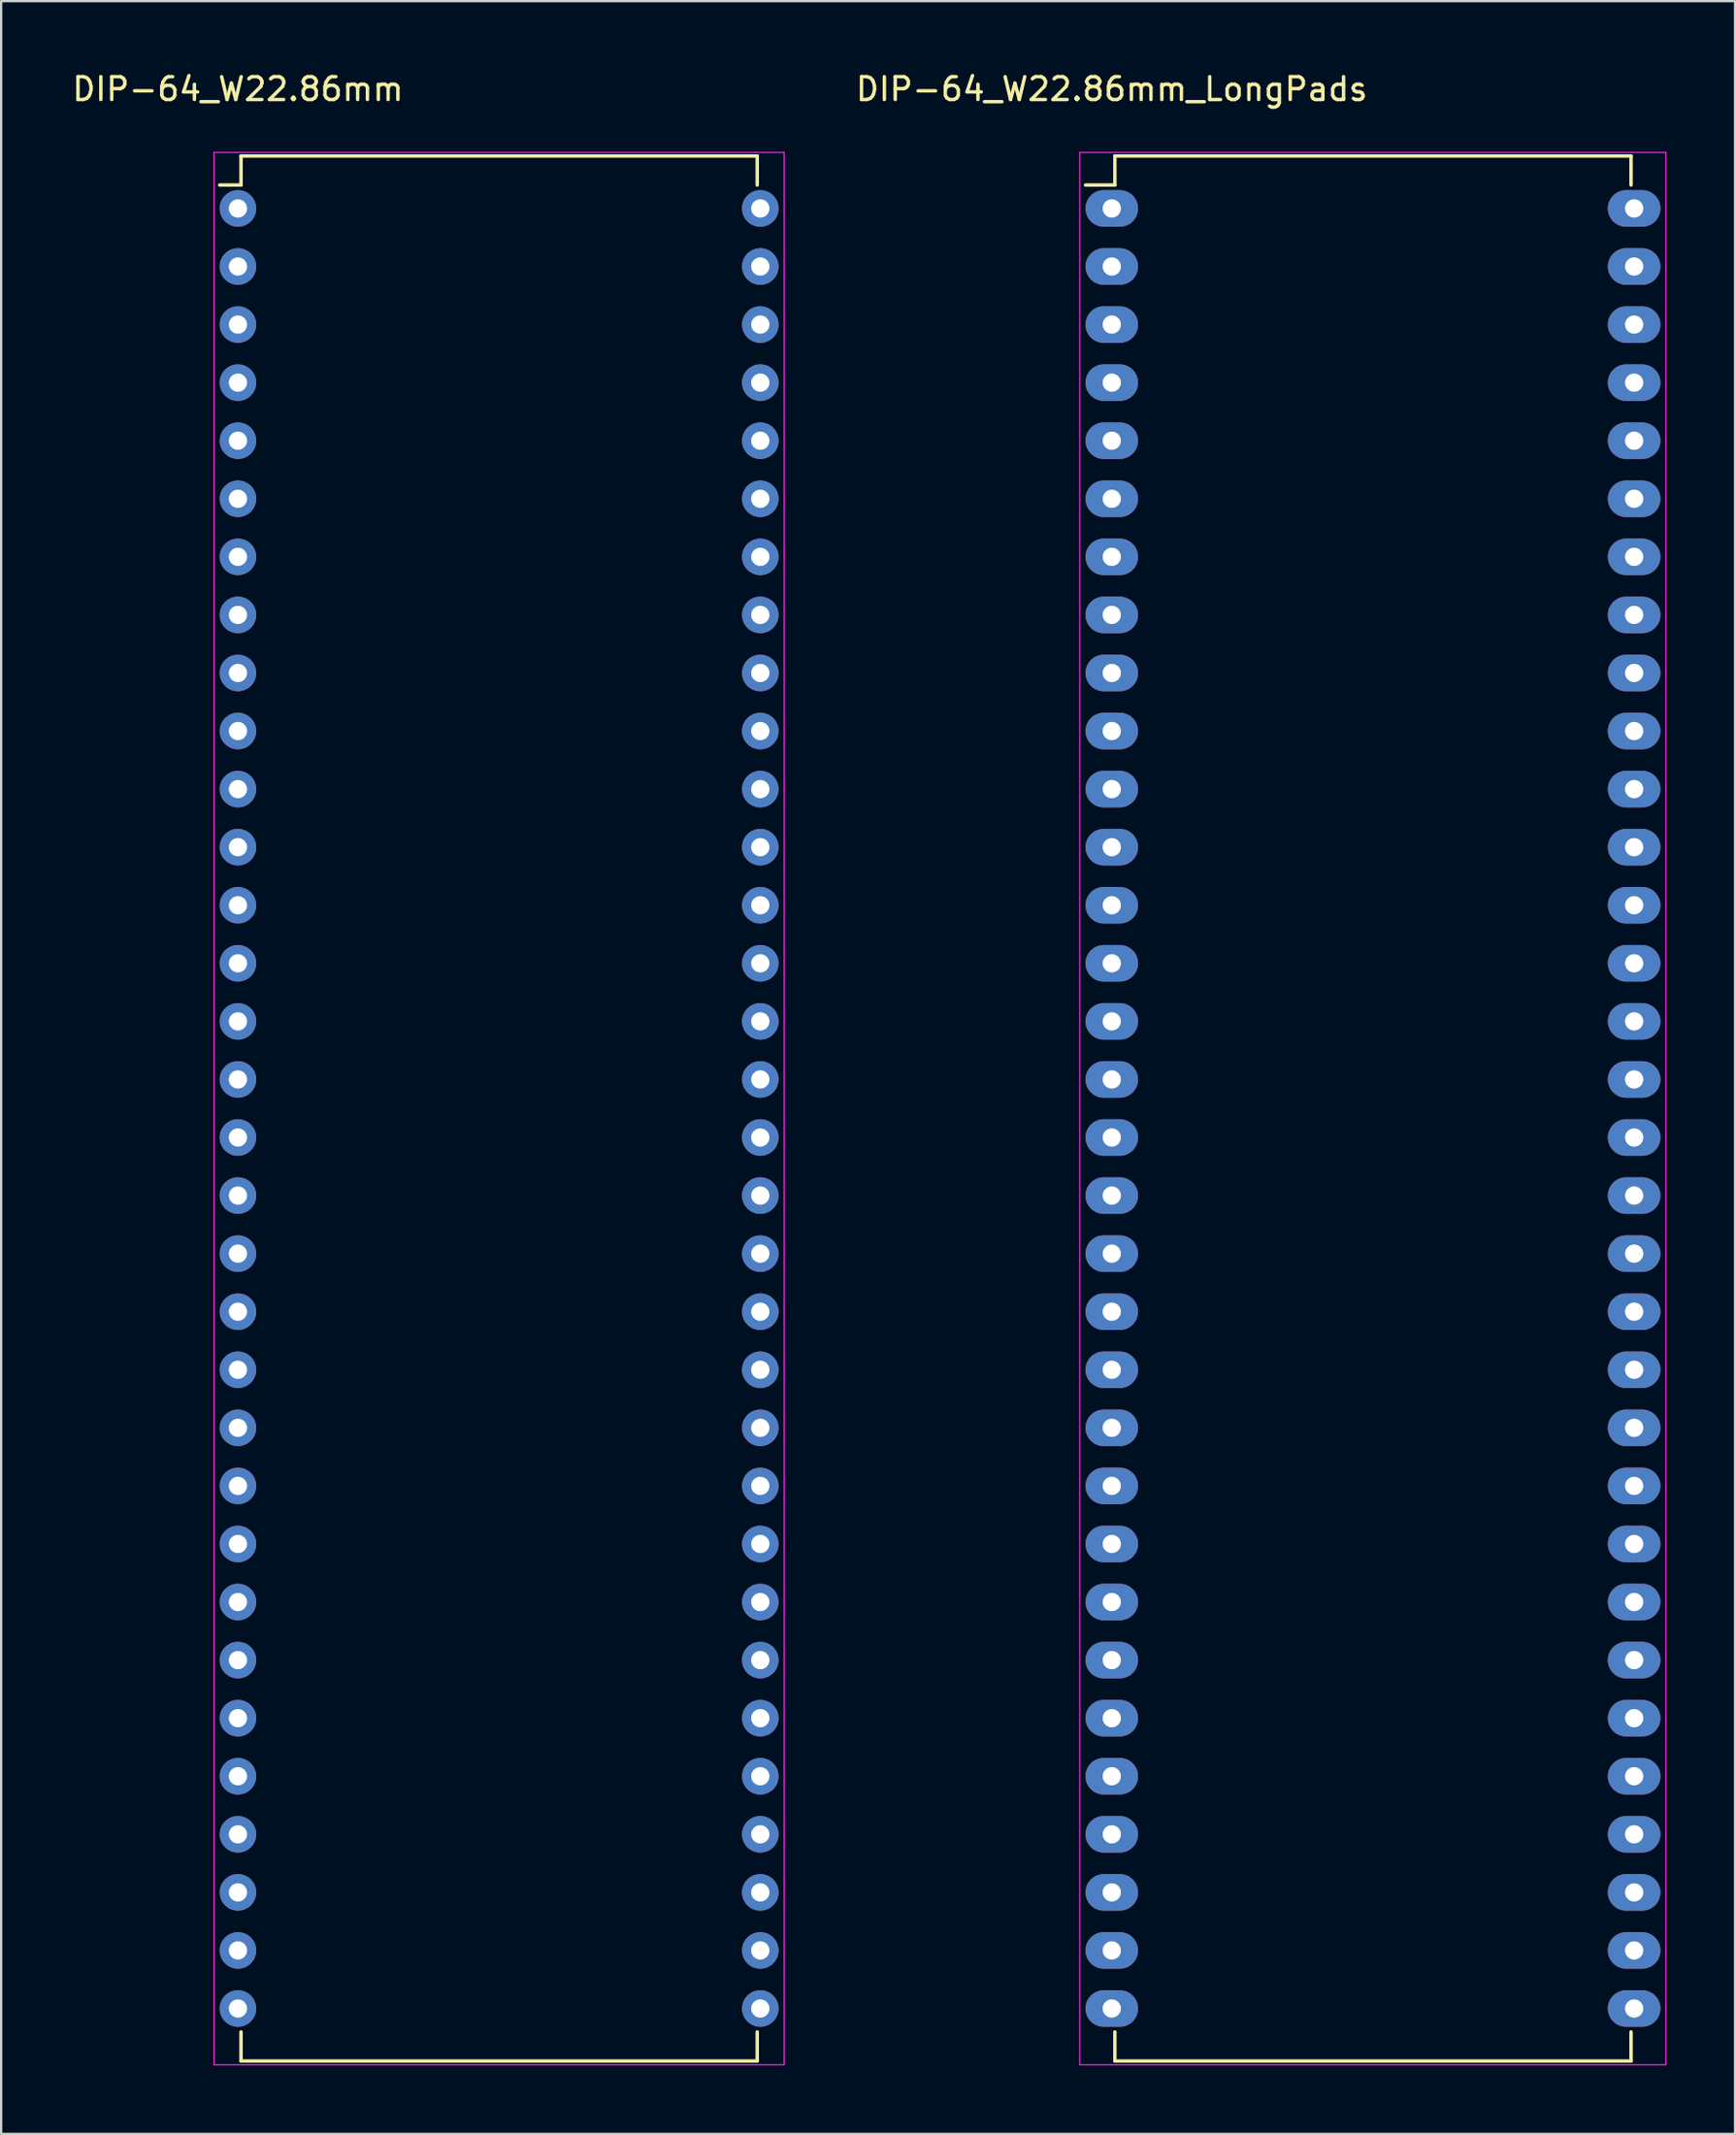
<source format=kicad_pcb>
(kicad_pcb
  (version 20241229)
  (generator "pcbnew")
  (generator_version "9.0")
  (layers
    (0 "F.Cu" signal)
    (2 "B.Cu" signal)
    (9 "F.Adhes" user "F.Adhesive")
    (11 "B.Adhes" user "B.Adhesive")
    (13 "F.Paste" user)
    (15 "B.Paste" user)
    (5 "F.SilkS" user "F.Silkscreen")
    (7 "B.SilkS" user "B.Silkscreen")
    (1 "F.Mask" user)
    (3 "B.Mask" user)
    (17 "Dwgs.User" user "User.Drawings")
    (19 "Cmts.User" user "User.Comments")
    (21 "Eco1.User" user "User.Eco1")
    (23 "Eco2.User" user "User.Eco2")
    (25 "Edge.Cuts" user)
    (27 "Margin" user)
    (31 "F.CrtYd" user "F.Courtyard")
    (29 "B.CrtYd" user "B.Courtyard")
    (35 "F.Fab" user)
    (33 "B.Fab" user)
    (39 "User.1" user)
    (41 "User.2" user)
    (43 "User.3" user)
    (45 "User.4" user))
  (footprint "DIP-64_W22.86mm"
    (layer "F.Cu")
    (at 7.363 6.068)
    (property "Reference" "DIP-64_W22.86mm" (at 0 -5.22 0) (layer "F.SilkS") (effects (font (size 1 1) (thickness 0.15))))
    (attr through_hole)
    (fp_line (start 0.135 -2.295) (end 0.135 -1.025) (stroke (width 0.15) (type solid)) (layer "F.SilkS"))
    (fp_line (start 0.135 -2.295) (end 22.725 -2.295) (stroke (width 0.15) (type solid)) (layer "F.SilkS"))
    (fp_line (start 0.135 -1.025) (end -0.8 -1.025) (stroke (width 0.15) (type solid)) (layer "F.SilkS"))
    (fp_line (start 0.135 81.035) (end 0.135 79.765) (stroke (width 0.15) (type solid)) (layer "F.SilkS"))
    (fp_line (start 0.135 81.035) (end 22.725 81.035) (stroke (width 0.15) (type solid)) (layer "F.SilkS"))
    (fp_line (start 22.725 -2.295) (end 22.725 -1.025) (stroke (width 0.15) (type solid)) (layer "F.SilkS"))
    (fp_line (start 22.725 81.035) (end 22.725 79.765) (stroke (width 0.15) (type solid)) (layer "F.SilkS"))
    (fp_line (start -1.05 -2.45) (end -1.05 81.2) (stroke (width 0.05) (type solid)) (layer "F.CrtYd"))
    (fp_line (start -1.05 -2.45) (end 23.9 -2.45) (stroke (width 0.05) (type solid)) (layer "F.CrtYd"))
    (fp_line (start -1.05 81.2) (end 23.9 81.2) (stroke (width 0.05) (type solid)) (layer "F.CrtYd"))
    (fp_line (start 23.9 -2.45) (end 23.9 81.2) (stroke (width 0.05) (type solid)) (layer "F.CrtYd"))
    (pad "1" thru_hole oval (at 0 0) (size 1.6 1.6) (drill 0.8) (layers "*.Cu" "*.Mask"))
    (pad "2" thru_hole oval (at 0 2.54) (size 1.6 1.6) (drill 0.8) (layers "*.Cu" "*.Mask"))
    (pad "3" thru_hole oval (at 0 5.08) (size 1.6 1.6) (drill 0.8) (layers "*.Cu" "*.Mask"))
    (pad "4" thru_hole oval (at 0 7.62) (size 1.6 1.6) (drill 0.8) (layers "*.Cu" "*.Mask"))
    (pad "5" thru_hole oval (at 0 10.16) (size 1.6 1.6) (drill 0.8) (layers "*.Cu" "*.Mask"))
    (pad "6" thru_hole oval (at 0 12.7) (size 1.6 1.6) (drill 0.8) (layers "*.Cu" "*.Mask"))
    (pad "7" thru_hole oval (at 0 15.24) (size 1.6 1.6) (drill 0.8) (layers "*.Cu" "*.Mask"))
    (pad "8" thru_hole oval (at 0 17.78) (size 1.6 1.6) (drill 0.8) (layers "*.Cu" "*.Mask"))
    (pad "9" thru_hole oval (at 0 20.32) (size 1.6 1.6) (drill 0.8) (layers "*.Cu" "*.Mask"))
    (pad "10" thru_hole oval (at 0 22.86) (size 1.6 1.6) (drill 0.8) (layers "*.Cu" "*.Mask"))
    (pad "11" thru_hole oval (at 0 25.4) (size 1.6 1.6) (drill 0.8) (layers "*.Cu" "*.Mask"))
    (pad "12" thru_hole oval (at 0 27.94) (size 1.6 1.6) (drill 0.8) (layers "*.Cu" "*.Mask"))
    (pad "13" thru_hole oval (at 0 30.48) (size 1.6 1.6) (drill 0.8) (layers "*.Cu" "*.Mask"))
    (pad "14" thru_hole oval (at 0 33.02) (size 1.6 1.6) (drill 0.8) (layers "*.Cu" "*.Mask"))
    (pad "15" thru_hole oval (at 0 35.56) (size 1.6 1.6) (drill 0.8) (layers "*.Cu" "*.Mask"))
    (pad "16" thru_hole oval (at 0 38.1) (size 1.6 1.6) (drill 0.8) (layers "*.Cu" "*.Mask"))
    (pad "17" thru_hole oval (at 0 40.64) (size 1.6 1.6) (drill 0.8) (layers "*.Cu" "*.Mask"))
    (pad "18" thru_hole oval (at 0 43.18) (size 1.6 1.6) (drill 0.8) (layers "*.Cu" "*.Mask"))
    (pad "19" thru_hole oval (at 0 45.72) (size 1.6 1.6) (drill 0.8) (layers "*.Cu" "*.Mask"))
    (pad "20" thru_hole oval (at 0 48.26) (size 1.6 1.6) (drill 0.8) (layers "*.Cu" "*.Mask"))
    (pad "21" thru_hole oval (at 0 50.8) (size 1.6 1.6) (drill 0.8) (layers "*.Cu" "*.Mask"))
    (pad "22" thru_hole oval (at 0 53.34) (size 1.6 1.6) (drill 0.8) (layers "*.Cu" "*.Mask"))
    (pad "23" thru_hole oval (at 0 55.88) (size 1.6 1.6) (drill 0.8) (layers "*.Cu" "*.Mask"))
    (pad "24" thru_hole oval (at 0 58.42) (size 1.6 1.6) (drill 0.8) (layers "*.Cu" "*.Mask"))
    (pad "25" thru_hole oval (at 0 60.96) (size 1.6 1.6) (drill 0.8) (layers "*.Cu" "*.Mask"))
    (pad "26" thru_hole oval (at 0 63.5) (size 1.6 1.6) (drill 0.8) (layers "*.Cu" "*.Mask"))
    (pad "27" thru_hole oval (at 0 66.04) (size 1.6 1.6) (drill 0.8) (layers "*.Cu" "*.Mask"))
    (pad "28" thru_hole oval (at 0 68.58) (size 1.6 1.6) (drill 0.8) (layers "*.Cu" "*.Mask"))
    (pad "29" thru_hole oval (at 0 71.12) (size 1.6 1.6) (drill 0.8) (layers "*.Cu" "*.Mask"))
    (pad "30" thru_hole oval (at 0 73.66) (size 1.6 1.6) (drill 0.8) (layers "*.Cu" "*.Mask"))
    (pad "31" thru_hole oval (at 0 76.2) (size 1.6 1.6) (drill 0.8) (layers "*.Cu" "*.Mask"))
    (pad "32" thru_hole oval (at 0 78.74) (size 1.6 1.6) (drill 0.8) (layers "*.Cu" "*.Mask"))
    (pad "33" thru_hole oval (at 22.86 78.74) (size 1.6 1.6) (drill 0.8) (layers "*.Cu" "*.Mask"))
    (pad "34" thru_hole oval (at 22.86 76.2) (size 1.6 1.6) (drill 0.8) (layers "*.Cu" "*.Mask"))
    (pad "35" thru_hole oval (at 22.86 73.66) (size 1.6 1.6) (drill 0.8) (layers "*.Cu" "*.Mask"))
    (pad "36" thru_hole oval (at 22.86 71.12) (size 1.6 1.6) (drill 0.8) (layers "*.Cu" "*.Mask"))
    (pad "37" thru_hole oval (at 22.86 68.58) (size 1.6 1.6) (drill 0.8) (layers "*.Cu" "*.Mask"))
    (pad "38" thru_hole oval (at 22.86 66.04) (size 1.6 1.6) (drill 0.8) (layers "*.Cu" "*.Mask"))
    (pad "39" thru_hole oval (at 22.86 63.5) (size 1.6 1.6) (drill 0.8) (layers "*.Cu" "*.Mask"))
    (pad "40" thru_hole oval (at 22.86 60.96) (size 1.6 1.6) (drill 0.8) (layers "*.Cu" "*.Mask"))
    (pad "41" thru_hole oval (at 22.86 58.42) (size 1.6 1.6) (drill 0.8) (layers "*.Cu" "*.Mask"))
    (pad "42" thru_hole oval (at 22.86 55.88) (size 1.6 1.6) (drill 0.8) (layers "*.Cu" "*.Mask"))
    (pad "43" thru_hole oval (at 22.86 53.34) (size 1.6 1.6) (drill 0.8) (layers "*.Cu" "*.Mask"))
    (pad "44" thru_hole oval (at 22.86 50.8) (size 1.6 1.6) (drill 0.8) (layers "*.Cu" "*.Mask"))
    (pad "45" thru_hole oval (at 22.86 48.26) (size 1.6 1.6) (drill 0.8) (layers "*.Cu" "*.Mask"))
    (pad "46" thru_hole oval (at 22.86 45.72) (size 1.6 1.6) (drill 0.8) (layers "*.Cu" "*.Mask"))
    (pad "47" thru_hole oval (at 22.86 43.18) (size 1.6 1.6) (drill 0.8) (layers "*.Cu" "*.Mask"))
    (pad "48" thru_hole oval (at 22.86 40.64) (size 1.6 1.6) (drill 0.8) (layers "*.Cu" "*.Mask"))
    (pad "49" thru_hole oval (at 22.86 38.1) (size 1.6 1.6) (drill 0.8) (layers "*.Cu" "*.Mask"))
    (pad "50" thru_hole oval (at 22.86 35.56) (size 1.6 1.6) (drill 0.8) (layers "*.Cu" "*.Mask"))
    (pad "51" thru_hole oval (at 22.86 33.02) (size 1.6 1.6) (drill 0.8) (layers "*.Cu" "*.Mask"))
    (pad "52" thru_hole oval (at 22.86 30.48) (size 1.6 1.6) (drill 0.8) (layers "*.Cu" "*.Mask"))
    (pad "53" thru_hole oval (at 22.86 27.94) (size 1.6 1.6) (drill 0.8) (layers "*.Cu" "*.Mask"))
    (pad "54" thru_hole oval (at 22.86 25.4) (size 1.6 1.6) (drill 0.8) (layers "*.Cu" "*.Mask"))
    (pad "55" thru_hole oval (at 22.86 22.86) (size 1.6 1.6) (drill 0.8) (layers "*.Cu" "*.Mask"))
    (pad "56" thru_hole oval (at 22.86 20.32) (size 1.6 1.6) (drill 0.8) (layers "*.Cu" "*.Mask"))
    (pad "57" thru_hole oval (at 22.86 17.78) (size 1.6 1.6) (drill 0.8) (layers "*.Cu" "*.Mask"))
    (pad "58" thru_hole oval (at 22.86 15.24) (size 1.6 1.6) (drill 0.8) (layers "*.Cu" "*.Mask"))
    (pad "59" thru_hole oval (at 22.86 12.7) (size 1.6 1.6) (drill 0.8) (layers "*.Cu" "*.Mask"))
    (pad "60" thru_hole oval (at 22.86 10.16) (size 1.6 1.6) (drill 0.8) (layers "*.Cu" "*.Mask"))
    (pad "61" thru_hole oval (at 22.86 7.62) (size 1.6 1.6) (drill 0.8) (layers "*.Cu" "*.Mask"))
    (pad "62" thru_hole oval (at 22.86 5.08) (size 1.6 1.6) (drill 0.8) (layers "*.Cu" "*.Mask"))
    (pad "63" thru_hole oval (at 22.86 2.54) (size 1.6 1.6) (drill 0.8) (layers "*.Cu" "*.Mask"))
    (pad "64" thru_hole oval (at 22.86 0) (size 1.6 1.6) (drill 0.8) (layers "*.Cu" "*.Mask")))
  (footprint "DIP-64_W22.86mm_LongPads"
    (layer "F.Cu")
    (at 45.604 6.068)
    (property "Reference" "DIP-64_W22.86mm_LongPads" (at 0 -5.22 0) (layer "F.SilkS") (effects (font (size 1 1) (thickness 0.15))))
    (attr through_hole)
    (fp_line (start 0.135 -2.295) (end 0.135 -1.025) (stroke (width 0.15) (type solid)) (layer "F.SilkS"))
    (fp_line (start 0.135 -2.295) (end 22.725 -2.295) (stroke (width 0.15) (type solid)) (layer "F.SilkS"))
    (fp_line (start 0.135 -1.025) (end -1.15 -1.025) (stroke (width 0.15) (type solid)) (layer "F.SilkS"))
    (fp_line (start 0.135 81.035) (end 0.135 79.765) (stroke (width 0.15) (type solid)) (layer "F.SilkS"))
    (fp_line (start 0.135 81.035) (end 22.725 81.035) (stroke (width 0.15) (type solid)) (layer "F.SilkS"))
    (fp_line (start 22.725 -2.295) (end 22.725 -1.025) (stroke (width 0.15) (type solid)) (layer "F.SilkS"))
    (fp_line (start 22.725 81.035) (end 22.725 79.765) (stroke (width 0.15) (type solid)) (layer "F.SilkS"))
    (fp_line (start -1.4 -2.45) (end -1.4 81.2) (stroke (width 0.05) (type solid)) (layer "F.CrtYd"))
    (fp_line (start -1.4 -2.45) (end 24.25 -2.45) (stroke (width 0.05) (type solid)) (layer "F.CrtYd"))
    (fp_line (start -1.4 81.2) (end 24.25 81.2) (stroke (width 0.05) (type solid)) (layer "F.CrtYd"))
    (fp_line (start 24.25 -2.45) (end 24.25 81.2) (stroke (width 0.05) (type solid)) (layer "F.CrtYd"))
    (pad "1" thru_hole oval (at 0 0) (size 2.3 1.6) (drill 0.8) (layers "*.Cu" "*.Mask"))
    (pad "2" thru_hole oval (at 0 2.54) (size 2.3 1.6) (drill 0.8) (layers "*.Cu" "*.Mask"))
    (pad "3" thru_hole oval (at 0 5.08) (size 2.3 1.6) (drill 0.8) (layers "*.Cu" "*.Mask"))
    (pad "4" thru_hole oval (at 0 7.62) (size 2.3 1.6) (drill 0.8) (layers "*.Cu" "*.Mask"))
    (pad "5" thru_hole oval (at 0 10.16) (size 2.3 1.6) (drill 0.8) (layers "*.Cu" "*.Mask"))
    (pad "6" thru_hole oval (at 0 12.7) (size 2.3 1.6) (drill 0.8) (layers "*.Cu" "*.Mask"))
    (pad "7" thru_hole oval (at 0 15.24) (size 2.3 1.6) (drill 0.8) (layers "*.Cu" "*.Mask"))
    (pad "8" thru_hole oval (at 0 17.78) (size 2.3 1.6) (drill 0.8) (layers "*.Cu" "*.Mask"))
    (pad "9" thru_hole oval (at 0 20.32) (size 2.3 1.6) (drill 0.8) (layers "*.Cu" "*.Mask"))
    (pad "10" thru_hole oval (at 0 22.86) (size 2.3 1.6) (drill 0.8) (layers "*.Cu" "*.Mask"))
    (pad "11" thru_hole oval (at 0 25.4) (size 2.3 1.6) (drill 0.8) (layers "*.Cu" "*.Mask"))
    (pad "12" thru_hole oval (at 0 27.94) (size 2.3 1.6) (drill 0.8) (layers "*.Cu" "*.Mask"))
    (pad "13" thru_hole oval (at 0 30.48) (size 2.3 1.6) (drill 0.8) (layers "*.Cu" "*.Mask"))
    (pad "14" thru_hole oval (at 0 33.02) (size 2.3 1.6) (drill 0.8) (layers "*.Cu" "*.Mask"))
    (pad "15" thru_hole oval (at 0 35.56) (size 2.3 1.6) (drill 0.8) (layers "*.Cu" "*.Mask"))
    (pad "16" thru_hole oval (at 0 38.1) (size 2.3 1.6) (drill 0.8) (layers "*.Cu" "*.Mask"))
    (pad "17" thru_hole oval (at 0 40.64) (size 2.3 1.6) (drill 0.8) (layers "*.Cu" "*.Mask"))
    (pad "18" thru_hole oval (at 0 43.18) (size 2.3 1.6) (drill 0.8) (layers "*.Cu" "*.Mask"))
    (pad "19" thru_hole oval (at 0 45.72) (size 2.3 1.6) (drill 0.8) (layers "*.Cu" "*.Mask"))
    (pad "20" thru_hole oval (at 0 48.26) (size 2.3 1.6) (drill 0.8) (layers "*.Cu" "*.Mask"))
    (pad "21" thru_hole oval (at 0 50.8) (size 2.3 1.6) (drill 0.8) (layers "*.Cu" "*.Mask"))
    (pad "22" thru_hole oval (at 0 53.34) (size 2.3 1.6) (drill 0.8) (layers "*.Cu" "*.Mask"))
    (pad "23" thru_hole oval (at 0 55.88) (size 2.3 1.6) (drill 0.8) (layers "*.Cu" "*.Mask"))
    (pad "24" thru_hole oval (at 0 58.42) (size 2.3 1.6) (drill 0.8) (layers "*.Cu" "*.Mask"))
    (pad "25" thru_hole oval (at 0 60.96) (size 2.3 1.6) (drill 0.8) (layers "*.Cu" "*.Mask"))
    (pad "26" thru_hole oval (at 0 63.5) (size 2.3 1.6) (drill 0.8) (layers "*.Cu" "*.Mask"))
    (pad "27" thru_hole oval (at 0 66.04) (size 2.3 1.6) (drill 0.8) (layers "*.Cu" "*.Mask"))
    (pad "28" thru_hole oval (at 0 68.58) (size 2.3 1.6) (drill 0.8) (layers "*.Cu" "*.Mask"))
    (pad "29" thru_hole oval (at 0 71.12) (size 2.3 1.6) (drill 0.8) (layers "*.Cu" "*.Mask"))
    (pad "30" thru_hole oval (at 0 73.66) (size 2.3 1.6) (drill 0.8) (layers "*.Cu" "*.Mask"))
    (pad "31" thru_hole oval (at 0 76.2) (size 2.3 1.6) (drill 0.8) (layers "*.Cu" "*.Mask"))
    (pad "32" thru_hole oval (at 0 78.74) (size 2.3 1.6) (drill 0.8) (layers "*.Cu" "*.Mask"))
    (pad "33" thru_hole oval (at 22.86 78.74) (size 2.3 1.6) (drill 0.8) (layers "*.Cu" "*.Mask"))
    (pad "34" thru_hole oval (at 22.86 76.2) (size 2.3 1.6) (drill 0.8) (layers "*.Cu" "*.Mask"))
    (pad "35" thru_hole oval (at 22.86 73.66) (size 2.3 1.6) (drill 0.8) (layers "*.Cu" "*.Mask"))
    (pad "36" thru_hole oval (at 22.86 71.12) (size 2.3 1.6) (drill 0.8) (layers "*.Cu" "*.Mask"))
    (pad "37" thru_hole oval (at 22.86 68.58) (size 2.3 1.6) (drill 0.8) (layers "*.Cu" "*.Mask"))
    (pad "38" thru_hole oval (at 22.86 66.04) (size 2.3 1.6) (drill 0.8) (layers "*.Cu" "*.Mask"))
    (pad "39" thru_hole oval (at 22.86 63.5) (size 2.3 1.6) (drill 0.8) (layers "*.Cu" "*.Mask"))
    (pad "40" thru_hole oval (at 22.86 60.96) (size 2.3 1.6) (drill 0.8) (layers "*.Cu" "*.Mask"))
    (pad "41" thru_hole oval (at 22.86 58.42) (size 2.3 1.6) (drill 0.8) (layers "*.Cu" "*.Mask"))
    (pad "42" thru_hole oval (at 22.86 55.88) (size 2.3 1.6) (drill 0.8) (layers "*.Cu" "*.Mask"))
    (pad "43" thru_hole oval (at 22.86 53.34) (size 2.3 1.6) (drill 0.8) (layers "*.Cu" "*.Mask"))
    (pad "44" thru_hole oval (at 22.86 50.8) (size 2.3 1.6) (drill 0.8) (layers "*.Cu" "*.Mask"))
    (pad "45" thru_hole oval (at 22.86 48.26) (size 2.3 1.6) (drill 0.8) (layers "*.Cu" "*.Mask"))
    (pad "46" thru_hole oval (at 22.86 45.72) (size 2.3 1.6) (drill 0.8) (layers "*.Cu" "*.Mask"))
    (pad "47" thru_hole oval (at 22.86 43.18) (size 2.3 1.6) (drill 0.8) (layers "*.Cu" "*.Mask"))
    (pad "48" thru_hole oval (at 22.86 40.64) (size 2.3 1.6) (drill 0.8) (layers "*.Cu" "*.Mask"))
    (pad "49" thru_hole oval (at 22.86 38.1) (size 2.3 1.6) (drill 0.8) (layers "*.Cu" "*.Mask"))
    (pad "50" thru_hole oval (at 22.86 35.56) (size 2.3 1.6) (drill 0.8) (layers "*.Cu" "*.Mask"))
    (pad "51" thru_hole oval (at 22.86 33.02) (size 2.3 1.6) (drill 0.8) (layers "*.Cu" "*.Mask"))
    (pad "52" thru_hole oval (at 22.86 30.48) (size 2.3 1.6) (drill 0.8) (layers "*.Cu" "*.Mask"))
    (pad "53" thru_hole oval (at 22.86 27.94) (size 2.3 1.6) (drill 0.8) (layers "*.Cu" "*.Mask"))
    (pad "54" thru_hole oval (at 22.86 25.4) (size 2.3 1.6) (drill 0.8) (layers "*.Cu" "*.Mask"))
    (pad "55" thru_hole oval (at 22.86 22.86) (size 2.3 1.6) (drill 0.8) (layers "*.Cu" "*.Mask"))
    (pad "56" thru_hole oval (at 22.86 20.32) (size 2.3 1.6) (drill 0.8) (layers "*.Cu" "*.Mask"))
    (pad "57" thru_hole oval (at 22.86 17.78) (size 2.3 1.6) (drill 0.8) (layers "*.Cu" "*.Mask"))
    (pad "58" thru_hole oval (at 22.86 15.24) (size 2.3 1.6) (drill 0.8) (layers "*.Cu" "*.Mask"))
    (pad "59" thru_hole oval (at 22.86 12.7) (size 2.3 1.6) (drill 0.8) (layers "*.Cu" "*.Mask"))
    (pad "60" thru_hole oval (at 22.86 10.16) (size 2.3 1.6) (drill 0.8) (layers "*.Cu" "*.Mask"))
    (pad "61" thru_hole oval (at 22.86 7.62) (size 2.3 1.6) (drill 0.8) (layers "*.Cu" "*.Mask"))
    (pad "62" thru_hole oval (at 22.86 5.08) (size 2.3 1.6) (drill 0.8) (layers "*.Cu" "*.Mask"))
    (pad "63" thru_hole oval (at 22.86 2.54) (size 2.3 1.6) (drill 0.8) (layers "*.Cu" "*.Mask"))
    (pad "64" thru_hole oval (at 22.86 0) (size 2.3 1.6) (drill 0.8) (layers "*.Cu" "*.Mask")))
  (gr_rect
    (start -3 -3)
    (end 72.879 90.293)
    (stroke (width 0.1) (type default))
    (fill no)
    (layer "Edge.Cuts")))
</source>
